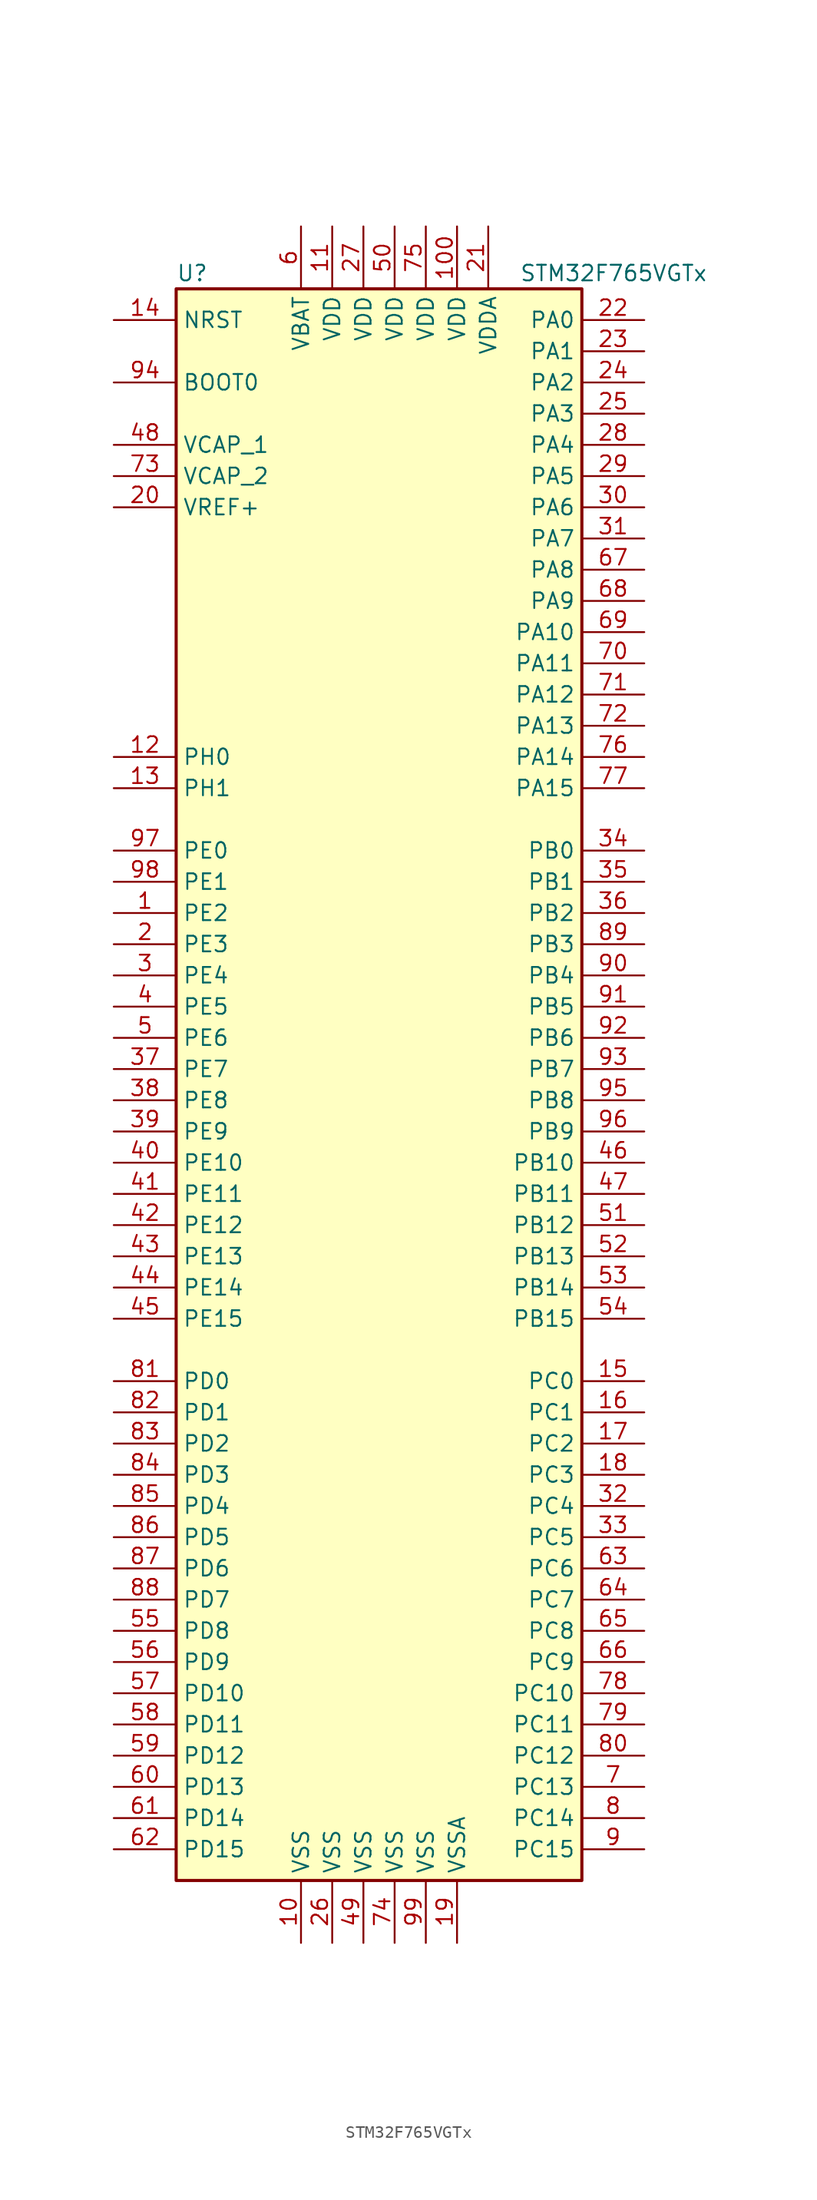
<source format=kicad_sym>
(kicad_symbol_lib
  (version 20220914)
  (generator kicad_symbol_editor)
  (symbol "STM32F765VGTx"
    (property "Reference" "U"
      (at -17.78 64.77 0)
      (effects (font (size 1.27 1.27)) (justify left)))
    (property "Value" "STM32F765VGTx"
      (at 10.16 64.77 0)
      (effects (font (size 1.27 1.27)) (justify left)))
    (symbol "STM32F765VGTx_0_1"
      (rectangle (start -17.78 -66.04) (end 15.24 63.5) (stroke (width 0.254) (type default)) (fill (type background))))
    (symbol "STM32F765VGTx_1_1"
      (pin bidirectional line (at -22.86 12.7 0) (length 5.08) (name "PE2" (effects (font (size 1.27 1.27)))) (number "1" (effects (font (size 1.27 1.27)))))
      (pin power_in line (at -7.62 -71.12 90) (length 5.08) (name "VSS" (effects (font (size 1.27 1.27)))) (number "10" (effects (font (size 1.27 1.27)))))
      (pin power_in line (at 5.08 68.58 270) (length 5.08) (name "VDD" (effects (font (size 1.27 1.27)))) (number "100" (effects (font (size 1.27 1.27)))))
      (pin power_in line (at -5.08 68.58 270) (length 5.08) (name "VDD" (effects (font (size 1.27 1.27)))) (number "11" (effects (font (size 1.27 1.27)))))
      (pin input line (at -22.86 25.4 0) (length 5.08) (name "PH0" (effects (font (size 1.27 1.27)))) (number "12" (effects (font (size 1.27 1.27)))))
      (pin input line (at -22.86 22.86 0) (length 5.08) (name "PH1" (effects (font (size 1.27 1.27)))) (number "13" (effects (font (size 1.27 1.27)))))
      (pin input line (at -22.86 60.96 0) (length 5.08) (name "NRST" (effects (font (size 1.27 1.27)))) (number "14" (effects (font (size 1.27 1.27)))))
      (pin bidirectional line (at 20.32 -25.4 180) (length 5.08) (name "PC0" (effects (font (size 1.27 1.27)))) (number "15" (effects (font (size 1.27 1.27)))))
      (pin bidirectional line (at 20.32 -27.94 180) (length 5.08) (name "PC1" (effects (font (size 1.27 1.27)))) (number "16" (effects (font (size 1.27 1.27)))))
      (pin bidirectional line (at 20.32 -30.48 180) (length 5.08) (name "PC2" (effects (font (size 1.27 1.27)))) (number "17" (effects (font (size 1.27 1.27)))))
      (pin bidirectional line (at 20.32 -33.02 180) (length 5.08) (name "PC3" (effects (font (size 1.27 1.27)))) (number "18" (effects (font (size 1.27 1.27)))))
      (pin power_in line (at 5.08 -71.12 90) (length 5.08) (name "VSSA" (effects (font (size 1.27 1.27)))) (number "19" (effects (font (size 1.27 1.27)))))
      (pin bidirectional line (at -22.86 10.16 0) (length 5.08) (name "PE3" (effects (font (size 1.27 1.27)))) (number "2" (effects (font (size 1.27 1.27)))))
      (pin power_in line (at -22.86 45.72 0) (length 5.08) (name "VREF+" (effects (font (size 1.27 1.27)))) (number "20" (effects (font (size 1.27 1.27)))))
      (pin power_in line (at 7.62 68.58 270) (length 5.08) (name "VDDA" (effects (font (size 1.27 1.27)))) (number "21" (effects (font (size 1.27 1.27)))))
      (pin bidirectional line (at 20.32 60.96 180) (length 5.08) (name "PA0" (effects (font (size 1.27 1.27)))) (number "22" (effects (font (size 1.27 1.27)))))
      (pin bidirectional line (at 20.32 58.42 180) (length 5.08) (name "PA1" (effects (font (size 1.27 1.27)))) (number "23" (effects (font (size 1.27 1.27)))))
      (pin bidirectional line (at 20.32 55.88 180) (length 5.08) (name "PA2" (effects (font (size 1.27 1.27)))) (number "24" (effects (font (size 1.27 1.27)))))
      (pin bidirectional line (at 20.32 53.34 180) (length 5.08) (name "PA3" (effects (font (size 1.27 1.27)))) (number "25" (effects (font (size 1.27 1.27)))))
      (pin power_in line (at -5.08 -71.12 90) (length 5.08) (name "VSS" (effects (font (size 1.27 1.27)))) (number "26" (effects (font (size 1.27 1.27)))))
      (pin power_in line (at -2.54 68.58 270) (length 5.08) (name "VDD" (effects (font (size 1.27 1.27)))) (number "27" (effects (font (size 1.27 1.27)))))
      (pin bidirectional line (at 20.32 50.8 180) (length 5.08) (name "PA4" (effects (font (size 1.27 1.27)))) (number "28" (effects (font (size 1.27 1.27)))))
      (pin bidirectional line (at 20.32 48.26 180) (length 5.08) (name "PA5" (effects (font (size 1.27 1.27)))) (number "29" (effects (font (size 1.27 1.27)))))
      (pin bidirectional line (at -22.86 7.62 0) (length 5.08) (name "PE4" (effects (font (size 1.27 1.27)))) (number "3" (effects (font (size 1.27 1.27)))))
      (pin bidirectional line (at 20.32 45.72 180) (length 5.08) (name "PA6" (effects (font (size 1.27 1.27)))) (number "30" (effects (font (size 1.27 1.27)))))
      (pin bidirectional line (at 20.32 43.18 180) (length 5.08) (name "PA7" (effects (font (size 1.27 1.27)))) (number "31" (effects (font (size 1.27 1.27)))))
      (pin bidirectional line (at 20.32 -35.56 180) (length 5.08) (name "PC4" (effects (font (size 1.27 1.27)))) (number "32" (effects (font (size 1.27 1.27)))))
      (pin bidirectional line (at 20.32 -38.1 180) (length 5.08) (name "PC5" (effects (font (size 1.27 1.27)))) (number "33" (effects (font (size 1.27 1.27)))))
      (pin bidirectional line (at 20.32 17.78 180) (length 5.08) (name "PB0" (effects (font (size 1.27 1.27)))) (number "34" (effects (font (size 1.27 1.27)))))
      (pin bidirectional line (at 20.32 15.24 180) (length 5.08) (name "PB1" (effects (font (size 1.27 1.27)))) (number "35" (effects (font (size 1.27 1.27)))))
      (pin bidirectional line (at 20.32 12.7 180) (length 5.08) (name "PB2" (effects (font (size 1.27 1.27)))) (number "36" (effects (font (size 1.27 1.27)))))
      (pin bidirectional line (at -22.86 0 0) (length 5.08) (name "PE7" (effects (font (size 1.27 1.27)))) (number "37" (effects (font (size 1.27 1.27)))))
      (pin bidirectional line (at -22.86 -2.54 0) (length 5.08) (name "PE8" (effects (font (size 1.27 1.27)))) (number "38" (effects (font (size 1.27 1.27)))))
      (pin bidirectional line (at -22.86 -5.08 0) (length 5.08) (name "PE9" (effects (font (size 1.27 1.27)))) (number "39" (effects (font (size 1.27 1.27)))))
      (pin bidirectional line (at -22.86 5.08 0) (length 5.08) (name "PE5" (effects (font (size 1.27 1.27)))) (number "4" (effects (font (size 1.27 1.27)))))
      (pin bidirectional line (at -22.86 -7.62 0) (length 5.08) (name "PE10" (effects (font (size 1.27 1.27)))) (number "40" (effects (font (size 1.27 1.27)))))
      (pin bidirectional line (at -22.86 -10.16 0) (length 5.08) (name "PE11" (effects (font (size 1.27 1.27)))) (number "41" (effects (font (size 1.27 1.27)))))
      (pin bidirectional line (at -22.86 -12.7 0) (length 5.08) (name "PE12" (effects (font (size 1.27 1.27)))) (number "42" (effects (font (size 1.27 1.27)))))
      (pin bidirectional line (at -22.86 -15.24 0) (length 5.08) (name "PE13" (effects (font (size 1.27 1.27)))) (number "43" (effects (font (size 1.27 1.27)))))
      (pin bidirectional line (at -22.86 -17.78 0) (length 5.08) (name "PE14" (effects (font (size 1.27 1.27)))) (number "44" (effects (font (size 1.27 1.27)))))
      (pin bidirectional line (at -22.86 -20.32 0) (length 5.08) (name "PE15" (effects (font (size 1.27 1.27)))) (number "45" (effects (font (size 1.27 1.27)))))
      (pin bidirectional line (at 20.32 -7.62 180) (length 5.08) (name "PB10" (effects (font (size 1.27 1.27)))) (number "46" (effects (font (size 1.27 1.27)))))
      (pin bidirectional line (at 20.32 -10.16 180) (length 5.08) (name "PB11" (effects (font (size 1.27 1.27)))) (number "47" (effects (font (size 1.27 1.27)))))
      (pin power_in line (at -22.86 50.8 0) (length 5.08) (name "VCAP_1" (effects (font (size 1.27 1.27)))) (number "48" (effects (font (size 1.27 1.27)))))
      (pin power_in line (at -2.54 -71.12 90) (length 5.08) (name "VSS" (effects (font (size 1.27 1.27)))) (number "49" (effects (font (size 1.27 1.27)))))
      (pin bidirectional line (at -22.86 2.54 0) (length 5.08) (name "PE6" (effects (font (size 1.27 1.27)))) (number "5" (effects (font (size 1.27 1.27)))))
      (pin power_in line (at 0 68.58 270) (length 5.08) (name "VDD" (effects (font (size 1.27 1.27)))) (number "50" (effects (font (size 1.27 1.27)))))
      (pin bidirectional line (at 20.32 -12.7 180) (length 5.08) (name "PB12" (effects (font (size 1.27 1.27)))) (number "51" (effects (font (size 1.27 1.27)))))
      (pin bidirectional line (at 20.32 -15.24 180) (length 5.08) (name "PB13" (effects (font (size 1.27 1.27)))) (number "52" (effects (font (size 1.27 1.27)))))
      (pin bidirectional line (at 20.32 -17.78 180) (length 5.08) (name "PB14" (effects (font (size 1.27 1.27)))) (number "53" (effects (font (size 1.27 1.27)))))
      (pin bidirectional line (at 20.32 -20.32 180) (length 5.08) (name "PB15" (effects (font (size 1.27 1.27)))) (number "54" (effects (font (size 1.27 1.27)))))
      (pin bidirectional line (at -22.86 -45.72 0) (length 5.08) (name "PD8" (effects (font (size 1.27 1.27)))) (number "55" (effects (font (size 1.27 1.27)))))
      (pin bidirectional line (at -22.86 -48.26 0) (length 5.08) (name "PD9" (effects (font (size 1.27 1.27)))) (number "56" (effects (font (size 1.27 1.27)))))
      (pin bidirectional line (at -22.86 -50.8 0) (length 5.08) (name "PD10" (effects (font (size 1.27 1.27)))) (number "57" (effects (font (size 1.27 1.27)))))
      (pin bidirectional line (at -22.86 -53.34 0) (length 5.08) (name "PD11" (effects (font (size 1.27 1.27)))) (number "58" (effects (font (size 1.27 1.27)))))
      (pin bidirectional line (at -22.86 -55.88 0) (length 5.08) (name "PD12" (effects (font (size 1.27 1.27)))) (number "59" (effects (font (size 1.27 1.27)))))
      (pin power_in line (at -7.62 68.58 270) (length 5.08) (name "VBAT" (effects (font (size 1.27 1.27)))) (number "6" (effects (font (size 1.27 1.27)))))
      (pin bidirectional line (at -22.86 -58.42 0) (length 5.08) (name "PD13" (effects (font (size 1.27 1.27)))) (number "60" (effects (font (size 1.27 1.27)))))
      (pin bidirectional line (at -22.86 -60.96 0) (length 5.08) (name "PD14" (effects (font (size 1.27 1.27)))) (number "61" (effects (font (size 1.27 1.27)))))
      (pin bidirectional line (at -22.86 -63.5 0) (length 5.08) (name "PD15" (effects (font (size 1.27 1.27)))) (number "62" (effects (font (size 1.27 1.27)))))
      (pin bidirectional line (at 20.32 -40.64 180) (length 5.08) (name "PC6" (effects (font (size 1.27 1.27)))) (number "63" (effects (font (size 1.27 1.27)))))
      (pin bidirectional line (at 20.32 -43.18 180) (length 5.08) (name "PC7" (effects (font (size 1.27 1.27)))) (number "64" (effects (font (size 1.27 1.27)))))
      (pin bidirectional line (at 20.32 -45.72 180) (length 5.08) (name "PC8" (effects (font (size 1.27 1.27)))) (number "65" (effects (font (size 1.27 1.27)))))
      (pin bidirectional line (at 20.32 -48.26 180) (length 5.08) (name "PC9" (effects (font (size 1.27 1.27)))) (number "66" (effects (font (size 1.27 1.27)))))
      (pin bidirectional line (at 20.32 40.64 180) (length 5.08) (name "PA8" (effects (font (size 1.27 1.27)))) (number "67" (effects (font (size 1.27 1.27)))))
      (pin bidirectional line (at 20.32 38.1 180) (length 5.08) (name "PA9" (effects (font (size 1.27 1.27)))) (number "68" (effects (font (size 1.27 1.27)))))
      (pin bidirectional line (at 20.32 35.56 180) (length 5.08) (name "PA10" (effects (font (size 1.27 1.27)))) (number "69" (effects (font (size 1.27 1.27)))))
      (pin bidirectional line (at 20.32 -58.42 180) (length 5.08) (name "PC13" (effects (font (size 1.27 1.27)))) (number "7" (effects (font (size 1.27 1.27)))))
      (pin bidirectional line (at 20.32 33.02 180) (length 5.08) (name "PA11" (effects (font (size 1.27 1.27)))) (number "70" (effects (font (size 1.27 1.27)))))
      (pin bidirectional line (at 20.32 30.48 180) (length 5.08) (name "PA12" (effects (font (size 1.27 1.27)))) (number "71" (effects (font (size 1.27 1.27)))))
      (pin bidirectional line (at 20.32 27.94 180) (length 5.08) (name "PA13" (effects (font (size 1.27 1.27)))) (number "72" (effects (font (size 1.27 1.27)))))
      (pin power_in line (at -22.86 48.26 0) (length 5.08) (name "VCAP_2" (effects (font (size 1.27 1.27)))) (number "73" (effects (font (size 1.27 1.27)))))
      (pin power_in line (at 0 -71.12 90) (length 5.08) (name "VSS" (effects (font (size 1.27 1.27)))) (number "74" (effects (font (size 1.27 1.27)))))
      (pin power_in line (at 2.54 68.58 270) (length 5.08) (name "VDD" (effects (font (size 1.27 1.27)))) (number "75" (effects (font (size 1.27 1.27)))))
      (pin bidirectional line (at 20.32 25.4 180) (length 5.08) (name "PA14" (effects (font (size 1.27 1.27)))) (number "76" (effects (font (size 1.27 1.27)))))
      (pin bidirectional line (at 20.32 22.86 180) (length 5.08) (name "PA15" (effects (font (size 1.27 1.27)))) (number "77" (effects (font (size 1.27 1.27)))))
      (pin bidirectional line (at 20.32 -50.8 180) (length 5.08) (name "PC10" (effects (font (size 1.27 1.27)))) (number "78" (effects (font (size 1.27 1.27)))))
      (pin bidirectional line (at 20.32 -53.34 180) (length 5.08) (name "PC11" (effects (font (size 1.27 1.27)))) (number "79" (effects (font (size 1.27 1.27)))))
      (pin bidirectional line (at 20.32 -60.96 180) (length 5.08) (name "PC14" (effects (font (size 1.27 1.27)))) (number "8" (effects (font (size 1.27 1.27)))))
      (pin bidirectional line (at 20.32 -55.88 180) (length 5.08) (name "PC12" (effects (font (size 1.27 1.27)))) (number "80" (effects (font (size 1.27 1.27)))))
      (pin bidirectional line (at -22.86 -25.4 0) (length 5.08) (name "PD0" (effects (font (size 1.27 1.27)))) (number "81" (effects (font (size 1.27 1.27)))))
      (pin bidirectional line (at -22.86 -27.94 0) (length 5.08) (name "PD1" (effects (font (size 1.27 1.27)))) (number "82" (effects (font (size 1.27 1.27)))))
      (pin bidirectional line (at -22.86 -30.48 0) (length 5.08) (name "PD2" (effects (font (size 1.27 1.27)))) (number "83" (effects (font (size 1.27 1.27)))))
      (pin bidirectional line (at -22.86 -33.02 0) (length 5.08) (name "PD3" (effects (font (size 1.27 1.27)))) (number "84" (effects (font (size 1.27 1.27)))))
      (pin bidirectional line (at -22.86 -35.56 0) (length 5.08) (name "PD4" (effects (font (size 1.27 1.27)))) (number "85" (effects (font (size 1.27 1.27)))))
      (pin bidirectional line (at -22.86 -38.1 0) (length 5.08) (name "PD5" (effects (font (size 1.27 1.27)))) (number "86" (effects (font (size 1.27 1.27)))))
      (pin bidirectional line (at -22.86 -40.64 0) (length 5.08) (name "PD6" (effects (font (size 1.27 1.27)))) (number "87" (effects (font (size 1.27 1.27)))))
      (pin bidirectional line (at -22.86 -43.18 0) (length 5.08) (name "PD7" (effects (font (size 1.27 1.27)))) (number "88" (effects (font (size 1.27 1.27)))))
      (pin bidirectional line (at 20.32 10.16 180) (length 5.08) (name "PB3" (effects (font (size 1.27 1.27)))) (number "89" (effects (font (size 1.27 1.27)))))
      (pin bidirectional line (at 20.32 -63.5 180) (length 5.08) (name "PC15" (effects (font (size 1.27 1.27)))) (number "9" (effects (font (size 1.27 1.27)))))
      (pin bidirectional line (at 20.32 7.62 180) (length 5.08) (name "PB4" (effects (font (size 1.27 1.27)))) (number "90" (effects (font (size 1.27 1.27)))))
      (pin bidirectional line (at 20.32 5.08 180) (length 5.08) (name "PB5" (effects (font (size 1.27 1.27)))) (number "91" (effects (font (size 1.27 1.27)))))
      (pin bidirectional line (at 20.32 2.54 180) (length 5.08) (name "PB6" (effects (font (size 1.27 1.27)))) (number "92" (effects (font (size 1.27 1.27)))))
      (pin bidirectional line (at 20.32 0 180) (length 5.08) (name "PB7" (effects (font (size 1.27 1.27)))) (number "93" (effects (font (size 1.27 1.27)))))
      (pin input line (at -22.86 55.88 0) (length 5.08) (name "BOOT0" (effects (font (size 1.27 1.27)))) (number "94" (effects (font (size 1.27 1.27)))))
      (pin bidirectional line (at 20.32 -2.54 180) (length 5.08) (name "PB8" (effects (font (size 1.27 1.27)))) (number "95" (effects (font (size 1.27 1.27)))))
      (pin bidirectional line (at 20.32 -5.08 180) (length 5.08) (name "PB9" (effects (font (size 1.27 1.27)))) (number "96" (effects (font (size 1.27 1.27)))))
      (pin bidirectional line (at -22.86 17.78 0) (length 5.08) (name "PE0" (effects (font (size 1.27 1.27)))) (number "97" (effects (font (size 1.27 1.27)))))
      (pin bidirectional line (at -22.86 15.24 0) (length 5.08) (name "PE1" (effects (font (size 1.27 1.27)))) (number "98" (effects (font (size 1.27 1.27)))))
      (pin power_in line (at 2.54 -71.12 90) (length 5.08) (name "VSS" (effects (font (size 1.27 1.27)))) (number "99" (effects (font (size 1.27 1.27))))))))
</source>
